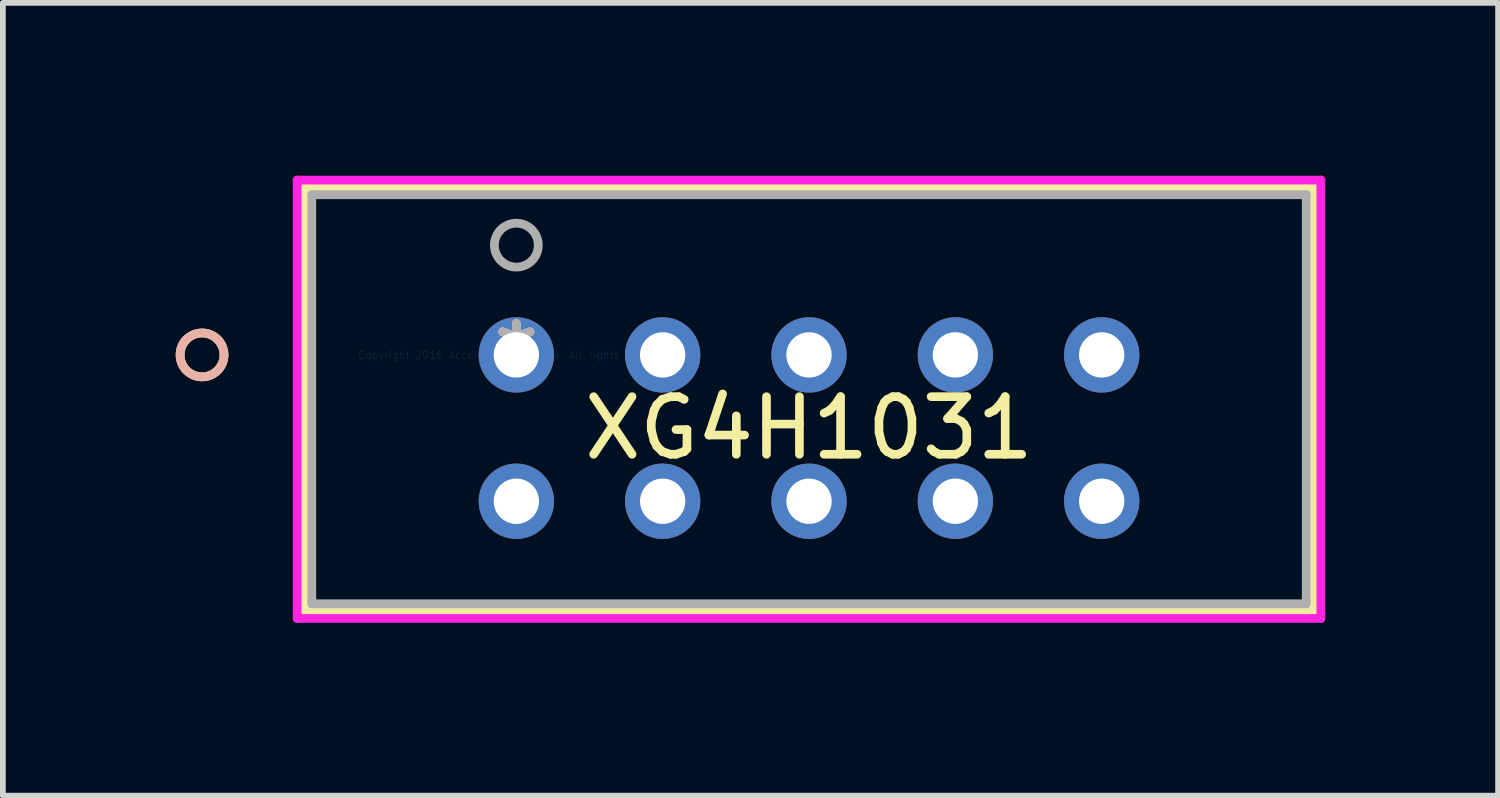
<source format=kicad_pcb>
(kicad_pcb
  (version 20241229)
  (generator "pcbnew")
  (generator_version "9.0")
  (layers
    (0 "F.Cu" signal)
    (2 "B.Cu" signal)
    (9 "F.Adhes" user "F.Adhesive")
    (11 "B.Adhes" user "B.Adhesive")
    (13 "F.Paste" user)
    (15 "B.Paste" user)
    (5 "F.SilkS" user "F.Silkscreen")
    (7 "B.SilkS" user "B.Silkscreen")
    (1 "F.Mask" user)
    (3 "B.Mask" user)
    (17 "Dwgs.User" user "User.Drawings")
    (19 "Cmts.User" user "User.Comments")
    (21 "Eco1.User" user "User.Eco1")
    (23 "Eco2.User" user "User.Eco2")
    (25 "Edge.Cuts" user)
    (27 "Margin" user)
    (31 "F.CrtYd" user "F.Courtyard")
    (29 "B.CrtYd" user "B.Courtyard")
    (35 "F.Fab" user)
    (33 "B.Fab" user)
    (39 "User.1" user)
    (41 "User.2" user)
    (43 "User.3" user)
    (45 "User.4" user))
  (footprint "XG4H1031"
    (layer "F.Cu")
    (at 5.912 3.11)
    (property "Reference" "XG4H1031" (at 5.08 1.27 0) (layer "F.SilkS") (effects (font (size 1 1) (thickness 0.15))))
    (attr through_hole)
    (fp_line (start -3.677 -2.907) (end -3.677 4.447) (stroke (width 0.152) (type solid)) (layer "F.SilkS"))
    (fp_line (start -3.677 4.447) (end 13.837 4.447) (stroke (width 0.152) (type solid)) (layer "F.SilkS"))
    (fp_line (start 13.837 -2.907) (end -3.677 -2.907) (stroke (width 0.152) (type solid)) (layer "F.SilkS"))
    (fp_line (start 13.837 4.447) (end 13.837 -2.907) (stroke (width 0.152) (type solid)) (layer "F.SilkS"))
    (fp_circle (center -5.455 0) (end -5.074 0) (stroke (width 0.152) (type solid)) (fill no) (layer "F.SilkS"))
    (fp_circle (center -5.455 0) (end -5.074 0) (stroke (width 0.152) (type solid)) (fill no) (layer "B.SilkS"))
    (fp_line (start -3.804 -3.034) (end -3.804 4.574) (stroke (width 0.152) (type solid)) (layer "F.CrtYd"))
    (fp_line (start -3.804 4.574) (end 13.964 4.574) (stroke (width 0.152) (type solid)) (layer "F.CrtYd"))
    (fp_line (start 13.964 -3.034) (end -3.804 -3.034) (stroke (width 0.152) (type solid)) (layer "F.CrtYd"))
    (fp_line (start 13.964 4.574) (end 13.964 -3.034) (stroke (width 0.152) (type solid)) (layer "F.CrtYd"))
    (fp_line (start -3.55 -2.78) (end -3.55 4.32) (stroke (width 0.152) (type solid)) (layer "F.Fab"))
    (fp_line (start -3.55 4.32) (end 13.71 4.32) (stroke (width 0.152) (type solid)) (layer "F.Fab"))
    (fp_line (start 13.71 -2.78) (end -3.55 -2.78) (stroke (width 0.152) (type solid)) (layer "F.Fab"))
    (fp_line (start 13.71 4.32) (end 13.71 -2.78) (stroke (width 0.152) (type solid)) (layer "F.Fab"))
    (fp_circle (center 0 -1.905) (end 0.381 -1.905) (stroke (width 0.152) (type solid)) (fill no) (layer "F.Fab"))
    (fp_text user "*" (at 0 0 0) (layer "F.SilkS") (effects (font (size 1 1) (thickness 0.15))))
    (fp_text user "Copyright 2016 Accelerated Designs. All rights reserved." (at 0 0 0) (layer "Cmts.User") (effects (font (size 0.127 0.127) (thickness 0.002))))
    (fp_text user "*" (at 0 0 0) (layer "F.Fab") (effects (font (size 1 1) (thickness 0.15))))
    (pad "1" thru_hole circle (at 0 0) (size 1.308 1.308) (drill 0.787) (layers "*.Cu" "*.Mask"))
    (pad "2" thru_hole circle (at 2.54 0) (size 1.308 1.308) (drill 0.787) (layers "*.Cu" "*.Mask"))
    (pad "3" thru_hole circle (at 5.08 0) (size 1.308 1.308) (drill 0.787) (layers "*.Cu" "*.Mask"))
    (pad "4" thru_hole circle (at 7.62 0) (size 1.308 1.308) (drill 0.787) (layers "*.Cu" "*.Mask"))
    (pad "5" thru_hole circle (at 10.16 0) (size 1.308 1.308) (drill 0.787) (layers "*.Cu" "*.Mask"))
    (pad "6" thru_hole circle (at 0 2.54) (size 1.308 1.308) (drill 0.787) (layers "*.Cu" "*.Mask"))
    (pad "7" thru_hole circle (at 2.54 2.54) (size 1.308 1.308) (drill 0.787) (layers "*.Cu" "*.Mask"))
    (pad "8" thru_hole circle (at 5.08 2.54) (size 1.308 1.308) (drill 0.787) (layers "*.Cu" "*.Mask"))
    (pad "9" thru_hole circle (at 7.62 2.54) (size 1.308 1.308) (drill 0.787) (layers "*.Cu" "*.Mask"))
    (pad "10" thru_hole circle (at 10.16 2.54) (size 1.308 1.308) (drill 0.787) (layers "*.Cu" "*.Mask")))
  (gr_rect
    (start -3 -3)
    (end 22.952 10.76)
    (stroke (width 0.1) (type default))
    (fill no)
    (layer "Edge.Cuts")))
</source>
